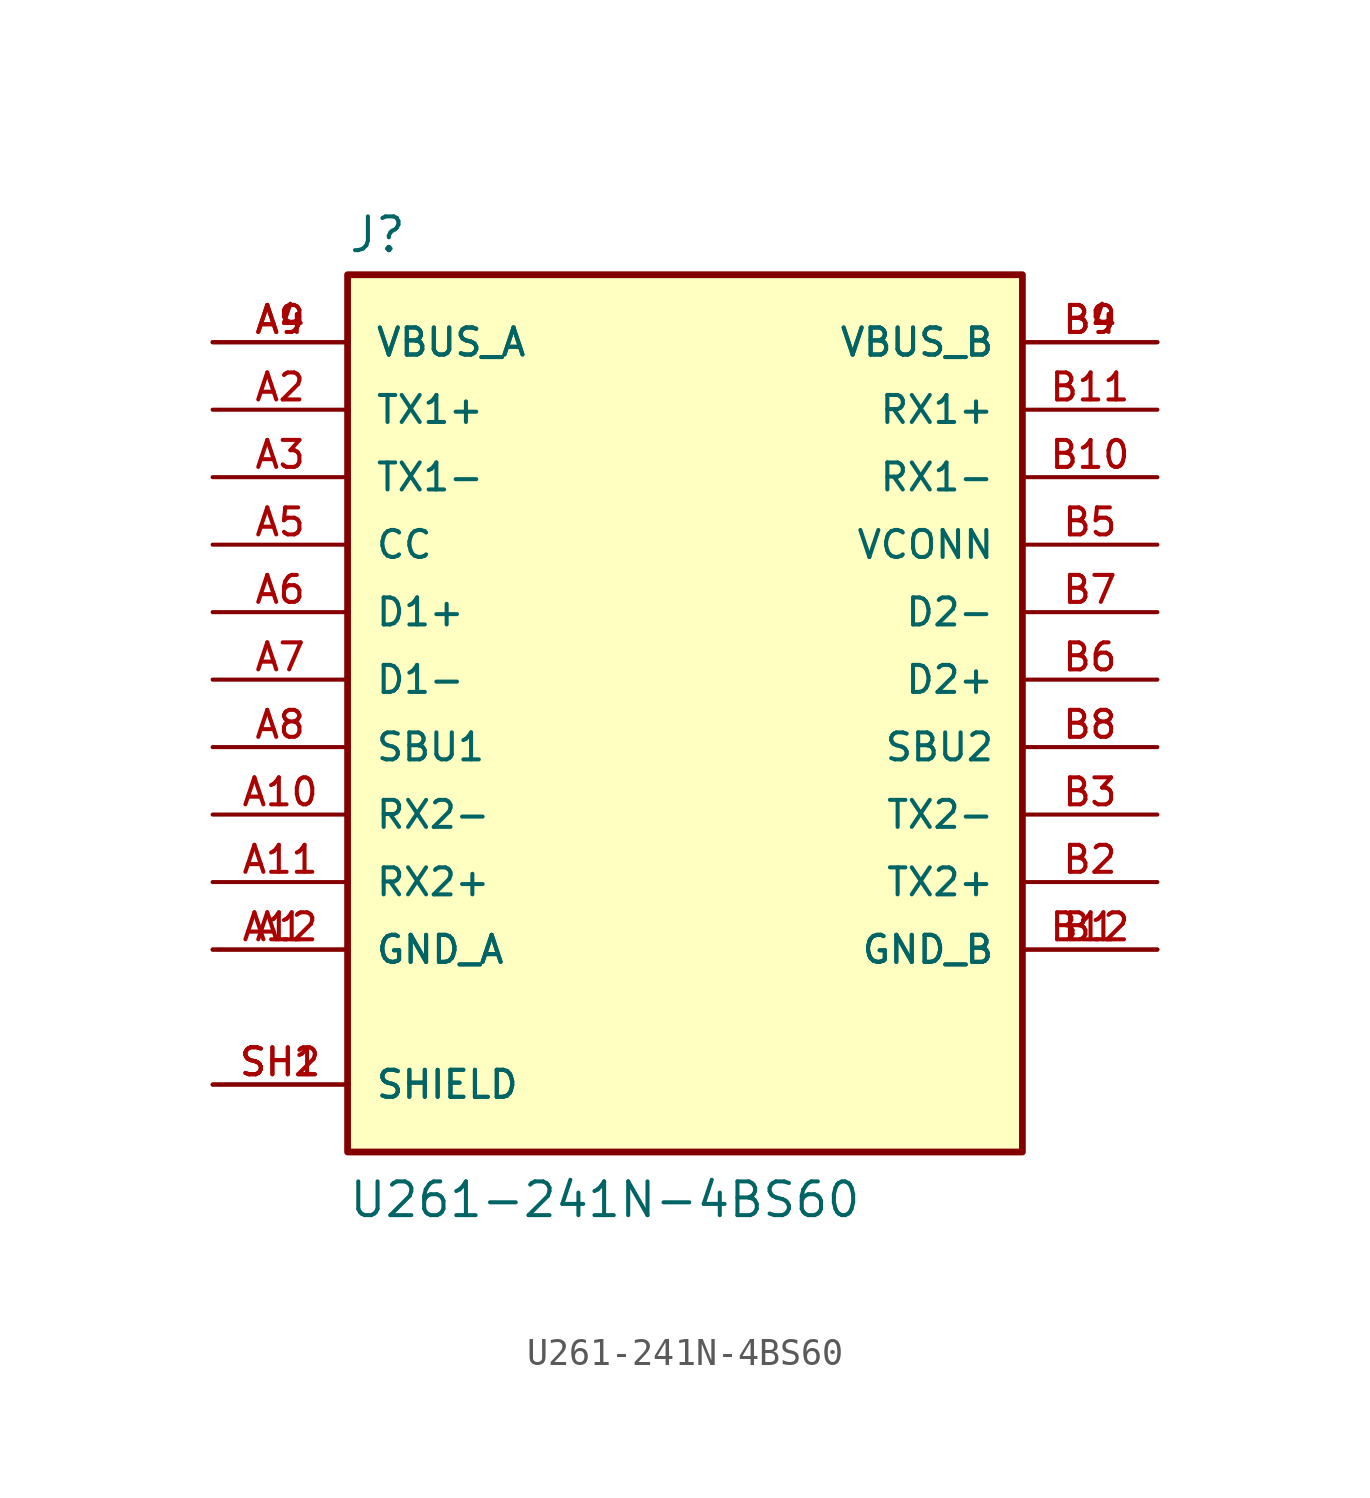
<source format=kicad_sym>
(kicad_symbol_lib
  (version 20211014)
  (generator kicad_symbol_editor)
  (symbol "U261-241N-4BS60"
    (pin_names
      (offset 1.016))
    (property "Reference" "J"
      (at -12.7 16.002 0)
      (effects (font (size 1.27 1.27)) (justify bottom left)))
    (property "Value" "U261-241N-4BS60"
      (at -12.7 -20.32 0)
      (effects (font (size 1.27 1.27)) (justify bottom left)))
    (symbol "U261-241N-4BS60_0_0"
      (rectangle (start -12.7 -17.78) (end 12.7 15.24) (stroke (width 0.254)) (fill (type background)))
      (pin power_in line (at -17.78 -10.16 0) (length 5.08) (name "GND_A" (effects (font (size 1.016 1.016)))) (number "A1" (effects (font (size 1.016 1.016)))))
      (pin power_in line (at -17.78 -10.16 0) (length 5.08) (name "GND_A" (effects (font (size 1.016 1.016)))) (number "A12" (effects (font (size 1.016 1.016)))))
      (pin bidirectional line (at -17.78 7.62 0) (length 5.08) (name "TX1-" (effects (font (size 1.016 1.016)))) (number "A3" (effects (font (size 1.016 1.016)))))
      (pin bidirectional line (at -17.78 10.16 0) (length 5.08) (name "TX1+" (effects (font (size 1.016 1.016)))) (number "A2" (effects (font (size 1.016 1.016)))))
      (pin power_in line (at -17.78 12.7 0) (length 5.08) (name "VBUS_A" (effects (font (size 1.016 1.016)))) (number "A4" (effects (font (size 1.016 1.016)))))
      (pin power_in line (at -17.78 12.7 0) (length 5.08) (name "VBUS_A" (effects (font (size 1.016 1.016)))) (number "A9" (effects (font (size 1.016 1.016)))))
      (pin bidirectional line (at -17.78 2.54 0) (length 5.08) (name "D1+" (effects (font (size 1.016 1.016)))) (number "A6" (effects (font (size 1.016 1.016)))))
      (pin bidirectional line (at -17.78 5.08 0) (length 5.08) (name "CC" (effects (font (size 1.016 1.016)))) (number "A5" (effects (font (size 1.016 1.016)))))
      (pin bidirectional line (at -17.78 -2.54 0) (length 5.08) (name "SBU1" (effects (font (size 1.016 1.016)))) (number "A8" (effects (font (size 1.016 1.016)))))
      (pin bidirectional line (at -17.78 0.0 0) (length 5.08) (name "D1-" (effects (font (size 1.016 1.016)))) (number "A7" (effects (font (size 1.016 1.016)))))
      (pin bidirectional line (at -17.78 -5.08 0) (length 5.08) (name "RX2-" (effects (font (size 1.016 1.016)))) (number "A10" (effects (font (size 1.016 1.016)))))
      (pin bidirectional line (at -17.78 -7.62 0) (length 5.08) (name "RX2+" (effects (font (size 1.016 1.016)))) (number "A11" (effects (font (size 1.016 1.016)))))
      (pin passive line (at -17.78 -15.24 0) (length 5.08) (name "SHIELD" (effects (font (size 1.016 1.016)))) (number "SH1" (effects (font (size 1.016 1.016)))))
      (pin passive line (at -17.78 -15.24 0) (length 5.08) (name "SHIELD" (effects (font (size 1.016 1.016)))) (number "SH2" (effects (font (size 1.016 1.016)))))
      (pin power_in line (at 17.78 -10.16 180.0) (length 5.08) (name "GND_B" (effects (font (size 1.016 1.016)))) (number "B1" (effects (font (size 1.016 1.016)))))
      (pin power_in line (at 17.78 -10.16 180.0) (length 5.08) (name "GND_B" (effects (font (size 1.016 1.016)))) (number "B12" (effects (font (size 1.016 1.016)))))
      (pin bidirectional line (at 17.78 -5.08 180.0) (length 5.08) (name "TX2-" (effects (font (size 1.016 1.016)))) (number "B3" (effects (font (size 1.016 1.016)))))
      (pin bidirectional line (at 17.78 -7.62 180.0) (length 5.08) (name "TX2+" (effects (font (size 1.016 1.016)))) (number "B2" (effects (font (size 1.016 1.016)))))
      (pin power_in line (at 17.78 12.7 180.0) (length 5.08) (name "VBUS_B" (effects (font (size 1.016 1.016)))) (number "B4" (effects (font (size 1.016 1.016)))))
      (pin power_in line (at 17.78 12.7 180.0) (length 5.08) (name "VBUS_B" (effects (font (size 1.016 1.016)))) (number "B9" (effects (font (size 1.016 1.016)))))
      (pin bidirectional line (at 17.78 0.0 180.0) (length 5.08) (name "D2+" (effects (font (size 1.016 1.016)))) (number "B6" (effects (font (size 1.016 1.016)))))
      (pin bidirectional line (at 17.78 -2.54 180.0) (length 5.08) (name "SBU2" (effects (font (size 1.016 1.016)))) (number "B8" (effects (font (size 1.016 1.016)))))
      (pin bidirectional line (at 17.78 2.54 180.0) (length 5.08) (name "D2-" (effects (font (size 1.016 1.016)))) (number "B7" (effects (font (size 1.016 1.016)))))
      (pin bidirectional line (at 17.78 7.62 180.0) (length 5.08) (name "RX1-" (effects (font (size 1.016 1.016)))) (number "B10" (effects (font (size 1.016 1.016)))))
      (pin bidirectional line (at 17.78 10.16 180.0) (length 5.08) (name "RX1+" (effects (font (size 1.016 1.016)))) (number "B11" (effects (font (size 1.016 1.016)))))
      (pin power_in line (at 17.78 5.08 180.0) (length 5.08) (name "VCONN" (effects (font (size 1.016 1.016)))) (number "B5" (effects (font (size 1.016 1.016))))))))
</source>
